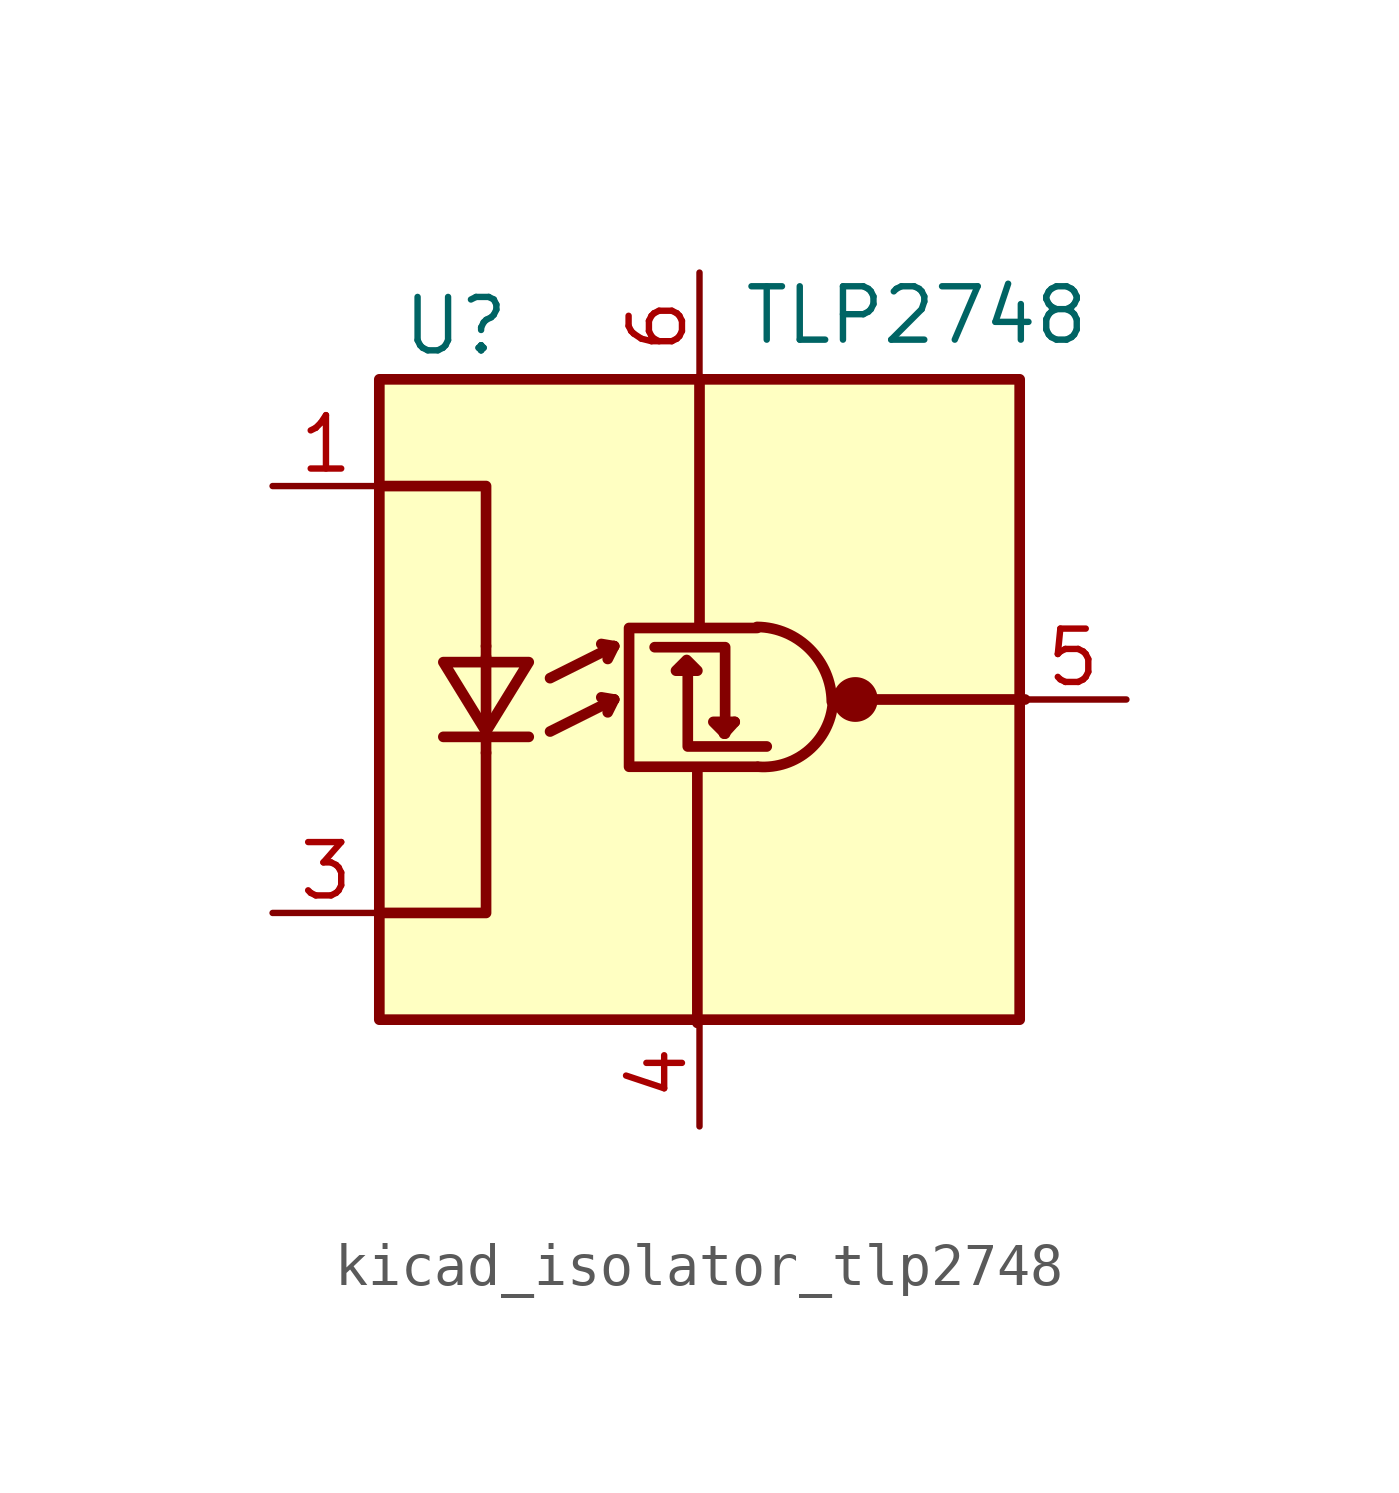
<source format=kicad_sym>
(kicad_symbol_lib
  (version 20220914)
  (generator kicad_symbol_editor)
  (symbol "kicad_isolator_tlp2748"
    (pin_names
      (offset 1.016) hide)
    (property "Reference" "U"
      (at -7.112 8.89 0)
      (effects (font (size 1.27 1.27)) (justify left)))
    (property "Value" "TLP2748"
      (at 1.016 9.144 0)
      (effects (font (size 1.27 1.27)) (justify left)))
    (symbol "kicad_isolator_tlp2748_0_1"
      (rectangle (start -7.62 7.62) (end 7.62 -7.62) (stroke (width 0.254) (type default)) (fill (type background)))
      (polyline (pts (xy -6.096 -0.889) (xy -4.064 -0.889)) (stroke (width 0.254) (type default)) (fill (type none)))
      (polyline (pts (xy -5.08 -1.27) (xy -5.08 -0.914)) (stroke (width 0.254) (type default)) (fill (type none)))
      (polyline (pts (xy -5.08 1.016) (xy -5.08 -0.762)) (stroke (width 0.254) (type default)) (fill (type none)))
      (polyline (pts (xy -5.08 1.27) (xy -5.08 0.914)) (stroke (width 0.254) (type default)) (fill (type none)))
      (polyline (pts (xy -3.556 -0.762) (xy -2.032 0)) (stroke (width 0.254) (type default)) (fill (type none)))
      (polyline (pts (xy -3.556 0.508) (xy -2.032 1.27)) (stroke (width 0.254) (type default)) (fill (type none)))
      (polyline (pts (xy -2.032 0) (xy -2.337 0.051)) (stroke (width 0.254) (type default)) (fill (type none)))
      (polyline (pts (xy -2.032 0) (xy -2.184 -0.305)) (stroke (width 0.254) (type default)) (fill (type none)))
      (polyline (pts (xy -2.032 1.27) (xy -2.337 1.321)) (stroke (width 0.254) (type default)) (fill (type none)))
      (polyline (pts (xy -2.032 1.27) (xy -2.184 0.965)) (stroke (width 0.254) (type default)) (fill (type none)))
      (polyline (pts (xy -0.051 -7.696) (xy -0.051 -1.727)) (stroke (width 0.254) (type default)) (fill (type none)))
      (polyline (pts (xy 0 7.645) (xy 0 1.803)) (stroke (width 0.254) (type default)) (fill (type none)))
      (polyline (pts (xy 0.838 -0.533) (xy 0.584 -0.813)) (stroke (width 0.254) (type default)) (fill (type none)))
      (polyline (pts (xy 7.747 0) (xy 4.064 0)) (stroke (width 0.254) (type default)) (fill (type none)))
      (polyline (pts (xy -7.62 -5.08) (xy -5.08 -5.08) (xy -5.08 -1.27)) (stroke (width 0.254) (type default)) (fill (type none)))
      (polyline (pts (xy -5.08 1.27) (xy -5.08 5.08) (xy -7.62 5.08)) (stroke (width 0.254) (type default)) (fill (type none)))
      (polyline (pts (xy -0.279 0.66) (xy -0.279 -1.118) (xy 1.6 -1.118)) (stroke (width 0.254) (type default)) (fill (type none)))
      (polyline (pts (xy 0.584 -0.787) (xy 0.33 -0.533) (xy 0.838 -0.533)) (stroke (width 0.254) (type default)) (fill (type none)))
      (polyline (pts (xy 0.61 -0.813) (xy 0.61 1.245) (xy -1.067 1.245)) (stroke (width 0.254) (type default)) (fill (type none)))
      (polyline (pts (xy -6.096 0.889) (xy -4.064 0.889) (xy -5.08 -0.762) (xy -6.096 0.889)) (stroke (width 0.254) (type default)) (fill (type none)))
      (polyline (pts (xy -0.305 0.94) (xy -0.559 0.686) (xy -0.051 0.686) (xy -0.305 0.94)) (stroke (width 0.254) (type default)) (fill (type none)))
      (polyline (pts (xy 1.372 1.702) (xy -1.676 1.702) (xy -1.676 -1.6) (xy 1.372 -1.6)) (stroke (width 0.254) (type default)) (fill (type none)))
      (arc (start 1.397 -1.6002) (mid 2.6016 -1.2064) (end 3.175 -0.0762) (stroke (width 0.254) (type default)) (fill (type none)))
      (arc (start 3.1496 -0.0508) (mid 2.6235 1.2011) (end 1.3716 1.7272) (stroke (width 0.254) (type default)) (fill (type none)))
      (circle (center 3.708 0) (radius 0.457) (stroke (width 0) (type default)) (fill (type outline))))
    (symbol "kicad_isolator_tlp2748_1_1"
      (pin passive line (at -10.16 5.08 0) (length 2.54) (name "A" (effects (font (size 1.27 1.27)))) (number "1" (effects (font (size 1.27 1.27)))))
      (pin no_connect line (at -7.62 0 0) (length 2.54) hide (name "NC" (effects (font (size 1.27 1.27)))) (number "2" (effects (font (size 1.27 1.27)))))
      (pin passive line (at -10.16 -5.08 0) (length 2.54) (name "K" (effects (font (size 1.27 1.27)))) (number "3" (effects (font (size 1.27 1.27)))))
      (pin power_in line (at 0 -10.16 90) (length 2.54) (name "GND" (effects (font (size 1.27 1.27)))) (number "4" (effects (font (size 1.27 1.27)))))
      (pin output line (at 10.16 0 180) (length 2.54) (name "VO" (effects (font (size 1.27 1.27)))) (number "5" (effects (font (size 1.27 1.27)))))
      (pin power_in line (at 0 10.16 270) (length 2.54) (name "VDD" (effects (font (size 1.27 1.27)))) (number "6" (effects (font (size 1.27 1.27))))))))
</source>
